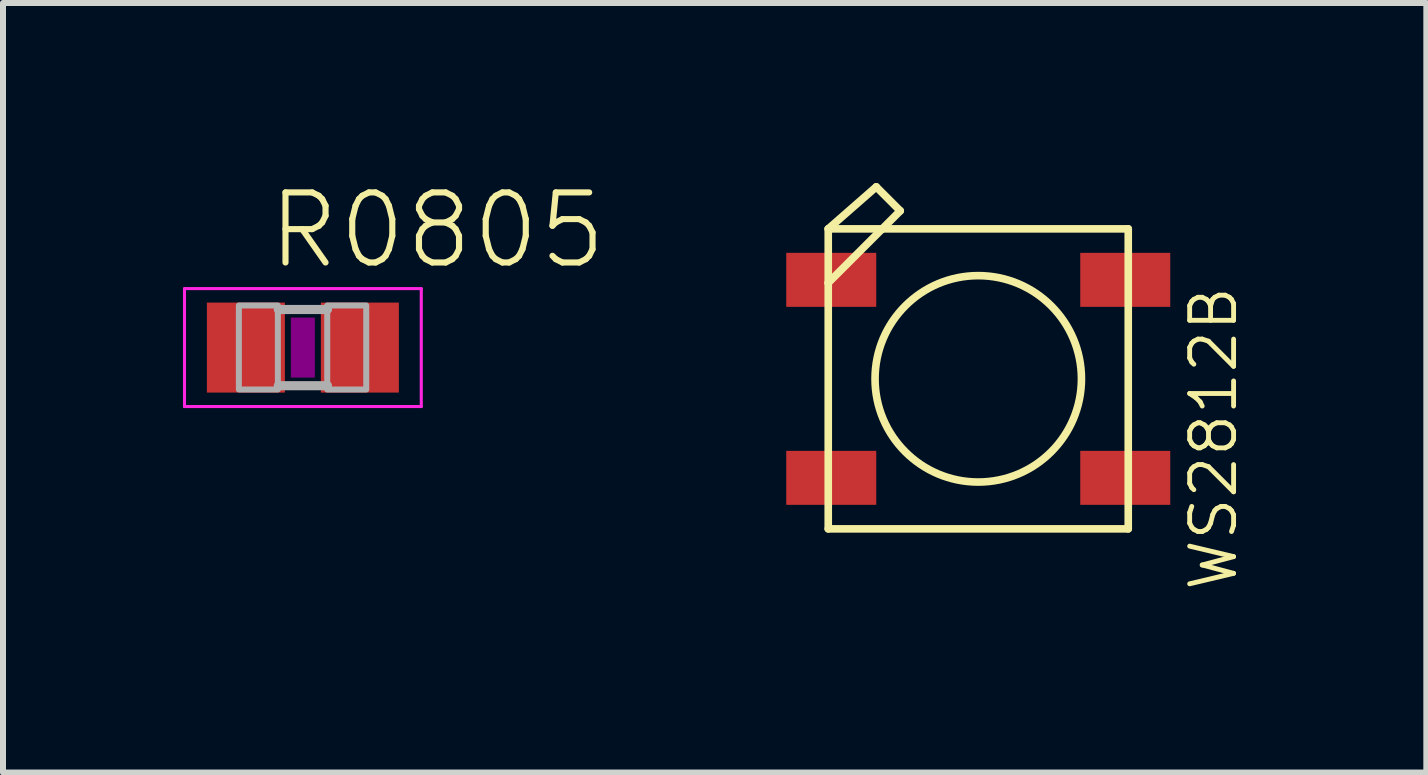
<source format=kicad_pcb>
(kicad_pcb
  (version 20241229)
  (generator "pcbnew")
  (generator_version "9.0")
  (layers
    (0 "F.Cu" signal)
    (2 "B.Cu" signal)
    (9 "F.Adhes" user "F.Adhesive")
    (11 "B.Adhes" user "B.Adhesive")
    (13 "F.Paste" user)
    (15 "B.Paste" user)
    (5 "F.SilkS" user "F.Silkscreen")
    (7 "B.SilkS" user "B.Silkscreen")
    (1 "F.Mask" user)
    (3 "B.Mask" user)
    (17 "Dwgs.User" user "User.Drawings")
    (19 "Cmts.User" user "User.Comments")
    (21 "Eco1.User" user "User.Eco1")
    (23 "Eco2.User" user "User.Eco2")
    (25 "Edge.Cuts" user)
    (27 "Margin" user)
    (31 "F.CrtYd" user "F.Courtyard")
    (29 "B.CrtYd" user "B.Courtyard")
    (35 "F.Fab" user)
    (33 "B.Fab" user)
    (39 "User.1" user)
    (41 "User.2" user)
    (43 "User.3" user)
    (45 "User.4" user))
  (footprint "R0805"
    (layer "F.Cu")
    (at 1.998 2.743)
    (property "Reference" "R0805" (at -0.635 -1.27 0) (unlocked yes) (layer "F.SilkS") (effects (font (size 1.168 1.168) (thickness 0.102)) (justify left bottom)))
    (fp_poly (pts (xy -0.2 0.5) (xy 0.2 0.5) (xy 0.2 -0.5) (xy -0.2 -0.5)) (stroke (width 0) (type default)) (fill yes) (layer "F.Adhes"))
    (fp_line (start -1.973 -0.983) (end 1.973 -0.983) (stroke (width 0.051) (type solid)) (layer "F.CrtYd"))
    (fp_line (start -1.973 0.983) (end -1.973 -0.983) (stroke (width 0.051) (type solid)) (layer "F.CrtYd"))
    (fp_line (start 1.973 -0.983) (end 1.973 0.983) (stroke (width 0.051) (type solid)) (layer "F.CrtYd"))
    (fp_line (start 1.973 0.983) (end -1.973 0.983) (stroke (width 0.051) (type solid)) (layer "F.CrtYd"))
    (fp_line (start -0.41 -0.635) (end 0.41 -0.635) (stroke (width 0.152) (type solid)) (layer "F.Fab"))
    (fp_line (start -0.41 0.635) (end 0.41 0.635) (stroke (width 0.152) (type solid)) (layer "F.Fab"))
    (fp_poly (pts (xy -1.067 0.699) (xy -0.417 0.699) (xy -0.417 -0.702) (xy -1.067 -0.702)) (stroke (width 0.1) (type default)) (fill no) (layer "F.Fab"))
    (fp_poly (pts (xy 0.406 0.699) (xy 1.056 0.699) (xy 1.056 -0.702) (xy 0.406 -0.702)) (stroke (width 0.1) (type default)) (fill no) (layer "F.Fab"))
    (pad "1" smd rect (at -0.95 0) (size 1.3 1.5) (layers "F.Cu" "F.Mask" "F.Paste"))
    (pad "2" smd rect (at 0.95 0) (size 1.3 1.5) (layers "F.Cu" "F.Mask" "F.Paste")))
  (footprint "WS2812B"
    (layer "F.Cu")
    (at 13.254 3.264)
    (property "Reference" "WS2812B" (at 3.493 -1.587 90) (unlocked yes) (layer "F.SilkS") (effects (font (size 0.732 0.732) (thickness 0.081)) (justify right top)))
    (fp_line (start -2.5 -2.5) (end -1.6 -2.5) (stroke (width 0.127) (type solid)) (layer "F.SilkS"))
    (fp_line (start -2.5 -1.6) (end -2.5 -2.5) (stroke (width 0.127) (type solid)) (layer "F.SilkS"))
    (fp_line (start -2.5 -1.6) (end -1.6 -2.5) (stroke (width 0.127) (type solid)) (layer "F.SilkS"))
    (fp_line (start -2.5 2.5) (end -2.5 -1.6) (stroke (width 0.127) (type solid)) (layer "F.SilkS"))
    (fp_line (start -1.7 -3.2) (end -2.5 -2.5) (stroke (width 0.127) (type solid)) (layer "F.SilkS"))
    (fp_line (start -1.6 -2.5) (end -1.3 -2.8) (stroke (width 0.127) (type solid)) (layer "F.SilkS"))
    (fp_line (start -1.6 -2.5) (end 2.5 -2.5) (stroke (width 0.127) (type solid)) (layer "F.SilkS"))
    (fp_line (start -1.3 -2.8) (end -1.7 -3.2) (stroke (width 0.127) (type solid)) (layer "F.SilkS"))
    (fp_line (start 2.5 -2.5) (end 2.5 2.5) (stroke (width 0.127) (type solid)) (layer "F.SilkS"))
    (fp_line (start 2.5 2.5) (end -2.5 2.5) (stroke (width 0.127) (type solid)) (layer "F.SilkS"))
    (fp_circle (center 0 0) (end 1.72 0) (stroke (width 0.127) (type solid)) (fill no) (layer "F.SilkS"))
    (pad "1-VDD" smd rect (at 2.45 1.65 180) (size 1.5 0.9) (layers "F.Cu" "F.Mask" "F.Paste"))
    (pad "2-DOUT" smd rect (at 2.45 -1.65 180) (size 1.5 0.9) (layers "F.Cu" "F.Mask" "F.Paste"))
    (pad "3-GND" smd rect (at -2.45 -1.65 180) (size 1.5 0.9) (layers "F.Cu" "F.Mask" "F.Paste"))
    (pad "4-DIN" smd rect (at -2.45 1.65 180) (size 1.5 0.9) (layers "F.Cu" "F.Mask" "F.Paste")))
  (gr_rect
    (start -3 -3)
    (end 20.722 9.825)
    (stroke (width 0.1) (type default))
    (fill no)
    (layer "Edge.Cuts")))
</source>
